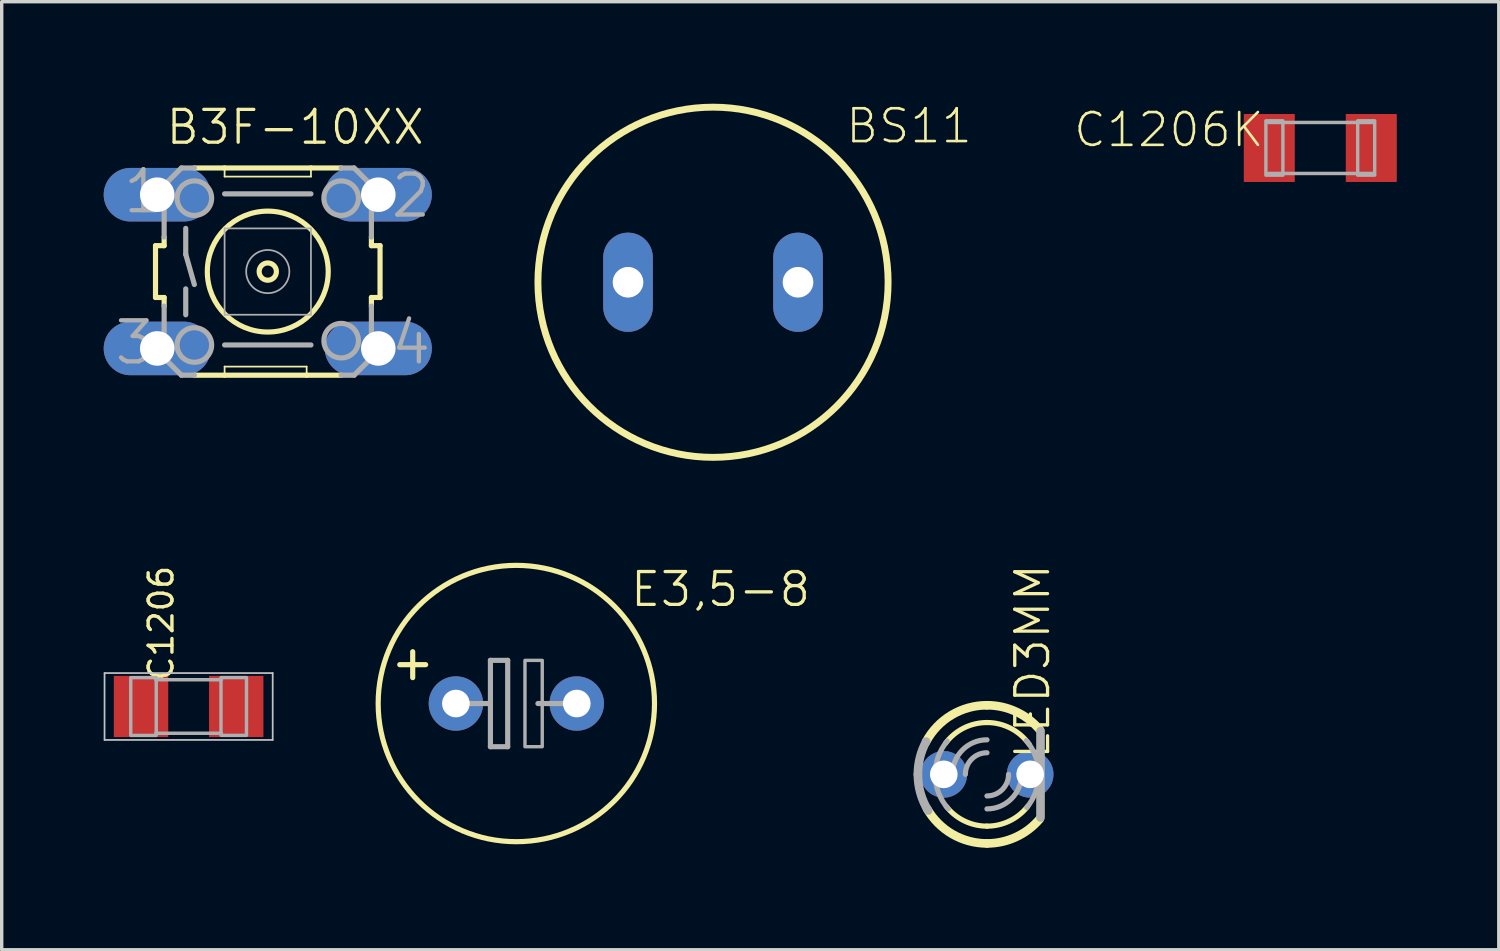
<source format=kicad_pcb>
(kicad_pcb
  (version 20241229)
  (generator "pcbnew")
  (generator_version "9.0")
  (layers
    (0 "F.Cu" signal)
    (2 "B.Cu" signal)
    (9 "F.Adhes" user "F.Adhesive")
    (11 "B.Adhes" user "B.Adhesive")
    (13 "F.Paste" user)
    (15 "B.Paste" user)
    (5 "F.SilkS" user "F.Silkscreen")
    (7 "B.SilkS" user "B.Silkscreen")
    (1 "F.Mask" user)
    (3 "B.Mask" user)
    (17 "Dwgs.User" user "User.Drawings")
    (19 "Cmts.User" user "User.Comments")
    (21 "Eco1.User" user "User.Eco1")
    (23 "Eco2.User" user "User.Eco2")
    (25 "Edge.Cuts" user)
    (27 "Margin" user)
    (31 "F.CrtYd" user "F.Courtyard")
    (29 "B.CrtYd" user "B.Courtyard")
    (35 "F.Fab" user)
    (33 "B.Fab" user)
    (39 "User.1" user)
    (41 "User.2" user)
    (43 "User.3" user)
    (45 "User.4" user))
  (footprint "LED3MM"
    (layer "F.Cu")
    (at 25.98 19.726)
    (property "Reference" "LED3MM" (at 1.905 -0.381 270) (layer "F.SilkS") (effects (font (size 0.965 0.965) (thickness 0.097)) (justify left bottom)))
    (attr through_hole)
    (fp_arc (start -1.7929 -0.9562) (mid -1.045438 -1.7424) (end 0 -2.032) (stroke (width 0.254) (type solid)) (layer "F.SilkS"))
    (fp_arc (start -1.2192 -0.9144) (mid -0.681554 -1.363107) (end 0 -1.524) (stroke (width 0.1524) (type solid)) (layer "F.SilkS"))
    (fp_arc (start 0 -2.032) (mid 0.861864 -1.840173) (end 1.561 -1.3009) (stroke (width 0.254) (type solid)) (layer "F.SilkS"))
    (fp_arc (start 0 -1.524) (mid 0.697339 -1.355082) (end 1.2401 -0.885801) (stroke (width 0.1524) (type solid)) (layer "F.SilkS"))
    (fp_arc (start 0 1.524) (mid -0.669593 1.369018) (end -1.203 0.9356) (stroke (width 0.1524) (type solid)) (layer "F.SilkS"))
    (fp_arc (start 0 2.032) (mid -1.019924 1.757525) (end -1.7643 1.0082) (stroke (width 0.254) (type solid)) (layer "F.SilkS"))
    (fp_arc (start 1.203 0.9356) (mid 0.669593 1.369018) (end 0 1.524) (stroke (width 0.1524) (type solid)) (layer "F.SilkS"))
    (fp_arc (start 1.5512 1.3126) (mid 0.854953 1.843405) (end 0 2.032) (stroke (width 0.254) (type solid)) (layer "F.SilkS"))
    (fp_line (start 1.575 1.27) (end 1.575 -1.27) (stroke (width 0.254) (type solid)) (layer "F.Fab"))
    (fp_arc (start -2.032 0) (mid -1.970339 -0.496775) (end -1.7891 -0.9634) (stroke (width 0.254) (type solid)) (layer "F.Fab"))
    (fp_arc (start -1.7306 1.065) (mid -1.95521 0.553417) (end -2.032 0) (stroke (width 0.254) (type solid)) (layer "F.Fab"))
    (fp_arc (start -1.524 0) (mid -1.432981 -0.518783) (end -1.1708 -0.9756) (stroke (width 0.1524) (type solid)) (layer "F.Fab"))
    (fp_arc (start -1.1391 1.0125) (mid -1.42454 0.5416) (end -1.524 0) (stroke (width 0.1524) (type solid)) (layer "F.Fab"))
    (fp_arc (start -1.016 0) (mid -0.71842 -0.71842) (end 0 -1.016) (stroke (width 0.1524) (type solid)) (layer "F.Fab"))
    (fp_arc (start -0.635 0) (mid -0.449013 -0.449013) (end 0 -0.635) (stroke (width 0.1524) (type solid)) (layer "F.Fab"))
    (fp_arc (start 0.635 0) (mid 0.449013 0.449013) (end 0 0.635) (stroke (width 0.1524) (type solid)) (layer "F.Fab"))
    (fp_arc (start 1.016 0) (mid 0.71842 0.71842) (end 0 1.016) (stroke (width 0.1524) (type solid)) (layer "F.Fab"))
    (fp_arc (start 1.1571 -0.9918) (mid 1.429332 -0.528744) (end 1.524 0) (stroke (width 0.1524) (type solid)) (layer "F.Fab"))
    (fp_arc (start 1.524 0) (mid 1.432981 0.518783) (end 1.1708 0.9756) (stroke (width 0.1524) (type solid)) (layer "F.Fab"))
    (pad "A" thru_hole circle (at -1.27 0) (size 1.372 1.372) (drill 0.813) (layers "*.Cu" "*.Mask"))
    (pad "K" thru_hole circle (at 1.27 0) (size 1.372 1.372) (drill 0.813) (layers "*.Cu" "*.Mask")))
  (footprint "C1206K"
    (layer "F.Cu")
    (at 35.784 1.303)
    (property "Reference" "C1206K" (at -1.6 -1.1 180) (layer "F.SilkS") (effects (font (size 0.965 0.965) (thickness 0.077)) (justify right top)))
    (attr through_hole)
    (fp_line (start -1.525 -0.75) (end 1.525 -0.75) (stroke (width 0.102) (type solid)) (layer "F.Fab"))
    (fp_line (start 1.525 0.75) (end -1.525 0.75) (stroke (width 0.102) (type solid)) (layer "F.Fab"))
    (fp_poly (pts (xy -1.6 0.8) (xy -1.1 0.8) (xy -1.1 -0.8) (xy -1.6 -0.8)) (stroke (width 0.1) (type solid)) (fill no) (layer "F.Fab"))
    (fp_poly (pts (xy 1.1 0.8) (xy 1.6 0.8) (xy 1.6 -0.8) (xy 1.1 -0.8)) (stroke (width 0.1) (type solid)) (fill no) (layer "F.Fab"))
    (pad "1" smd rect (at -1.5 0) (size 1.5 2) (layers "F.Cu" "F.Mask" "F.Paste"))
    (pad "2" smd rect (at 1.5 0) (size 1.5 2) (layers "F.Cu" "F.Mask" "F.Paste")))
  (footprint "C1206"
    (layer "F.Cu")
    (at 2.498 17.73)
    (property "Reference" "C1206" (at -0.4 -0.7 90) (layer "F.SilkS") (effects (font (size 0.7 0.7) (thickness 0.1)) (justify left bottom)))
    (attr through_hole)
    (fp_line (start -2.473 -0.983) (end 2.473 -0.983) (stroke (width 0.051) (type solid)) (layer "Dwgs.User"))
    (fp_line (start -2.473 0.983) (end -2.473 -0.983) (stroke (width 0.051) (type solid)) (layer "Dwgs.User"))
    (fp_line (start 2.473 -0.983) (end 2.473 0.983) (stroke (width 0.051) (type solid)) (layer "Dwgs.User"))
    (fp_line (start 2.473 0.983) (end -2.473 0.983) (stroke (width 0.051) (type solid)) (layer "Dwgs.User"))
    (fp_line (start -0.965 -0.787) (end 0.965 -0.787) (stroke (width 0.102) (type solid)) (layer "F.Fab"))
    (fp_line (start -0.965 0.787) (end 0.965 0.787) (stroke (width 0.102) (type solid)) (layer "F.Fab"))
    (fp_poly (pts (xy -1.702 0.851) (xy -0.952 0.851) (xy -0.952 -0.849) (xy -1.702 -0.849)) (stroke (width 0.1) (type solid)) (fill no) (layer "F.Fab"))
    (fp_poly (pts (xy 0.952 0.849) (xy 1.702 0.849) (xy 1.702 -0.851) (xy 0.952 -0.851)) (stroke (width 0.1) (type solid)) (fill no) (layer "F.Fab"))
    (pad "1" smd rect (at -1.4 0) (size 1.6 1.8) (layers "F.Cu" "F.Mask" "F.Paste"))
    (pad "2" smd rect (at 1.4 0) (size 1.6 1.8) (layers "F.Cu" "F.Mask" "F.Paste")))
  (footprint "B3F-10XX"
    (layer "F.Cu")
    (at 4.826 4.938)
    (property "Reference" "B3F-10XX" (at -3.048 -3.683 180) (layer "F.SilkS") (effects (font (size 0.965 0.965) (thickness 0.097)) (justify left bottom)))
    (attr through_hole)
    (fp_line (start -3.302 -0.762) (end -3.302 0.762) (stroke (width 0.152) (type solid)) (layer "F.SilkS"))
    (fp_line (start -3.302 -0.762) (end -3.048 -0.762) (stroke (width 0.152) (type solid)) (layer "F.SilkS"))
    (fp_line (start -3.048 -0.762) (end -3.048 -1.016) (stroke (width 0.152) (type solid)) (layer "F.SilkS"))
    (fp_line (start -3.048 0.762) (end -3.302 0.762) (stroke (width 0.152) (type solid)) (layer "F.SilkS"))
    (fp_line (start -3.048 0.762) (end -3.048 1.016) (stroke (width 0.152) (type solid)) (layer "F.SilkS"))
    (fp_line (start -2.159 3.048) (end -1.27 3.048) (stroke (width 0.152) (type solid)) (layer "F.SilkS"))
    (fp_line (start -1.27 -3.048) (end -2.159 -3.048) (stroke (width 0.152) (type solid)) (layer "F.SilkS"))
    (fp_line (start -1.27 -3.048) (end -1.27 -2.794) (stroke (width 0.051) (type solid)) (layer "F.SilkS"))
    (fp_line (start -1.27 2.794) (end -1.27 3.048) (stroke (width 0.051) (type solid)) (layer "F.SilkS"))
    (fp_line (start -1.27 3.048) (end 1.143 3.048) (stroke (width 0.152) (type solid)) (layer "F.SilkS"))
    (fp_line (start 1.143 2.794) (end -1.27 2.794) (stroke (width 0.051) (type solid)) (layer "F.SilkS"))
    (fp_line (start 1.143 2.794) (end 1.143 3.048) (stroke (width 0.051) (type solid)) (layer "F.SilkS"))
    (fp_line (start 1.143 3.048) (end 2.159 3.048) (stroke (width 0.152) (type solid)) (layer "F.SilkS"))
    (fp_line (start 1.27 -3.048) (end -1.27 -3.048) (stroke (width 0.152) (type solid)) (layer "F.SilkS"))
    (fp_line (start 1.27 -2.794) (end -1.27 -2.794) (stroke (width 0.051) (type solid)) (layer "F.SilkS"))
    (fp_line (start 1.27 -2.794) (end 1.27 -3.048) (stroke (width 0.051) (type solid)) (layer "F.SilkS"))
    (fp_line (start 2.159 -3.048) (end 1.27 -3.048) (stroke (width 0.152) (type solid)) (layer "F.SilkS"))
    (fp_line (start 3.048 -0.762) (end 3.048 -1.016) (stroke (width 0.152) (type solid)) (layer "F.SilkS"))
    (fp_line (start 3.048 -0.762) (end 3.302 -0.762) (stroke (width 0.152) (type solid)) (layer "F.SilkS"))
    (fp_line (start 3.048 0.762) (end 3.048 1.016) (stroke (width 0.152) (type solid)) (layer "F.SilkS"))
    (fp_line (start 3.302 0.762) (end 3.048 0.762) (stroke (width 0.152) (type solid)) (layer "F.SilkS"))
    (fp_line (start 3.302 0.762) (end 3.302 -0.762) (stroke (width 0.152) (type solid)) (layer "F.SilkS"))
    (fp_circle (center 0 0) (end 0.254 0) (stroke (width 0.152) (type solid)) (fill no) (layer "F.SilkS"))
    (fp_circle (center 0 0) (end 1.778 0) (stroke (width 0.152) (type solid)) (fill no) (layer "F.SilkS"))
    (fp_line (start -3.048 -2.54) (end -3.048 -1.016) (stroke (width 0.152) (type solid)) (layer "F.Fab"))
    (fp_line (start -3.048 2.54) (end -3.048 1.016) (stroke (width 0.152) (type solid)) (layer "F.Fab"))
    (fp_line (start -2.54 -3.048) (end -3.048 -2.54) (stroke (width 0.152) (type solid)) (layer "F.Fab"))
    (fp_line (start -2.54 -3.048) (end -2.159 -3.048) (stroke (width 0.152) (type solid)) (layer "F.Fab"))
    (fp_line (start -2.54 3.048) (end -3.048 2.54) (stroke (width 0.152) (type solid)) (layer "F.Fab"))
    (fp_line (start -2.54 3.048) (end -2.159 3.048) (stroke (width 0.152) (type solid)) (layer "F.Fab"))
    (fp_line (start -2.413 -1.27) (end -2.413 -0.508) (stroke (width 0.152) (type solid)) (layer "F.Fab"))
    (fp_line (start -2.413 -0.508) (end -2.159 0.381) (stroke (width 0.152) (type solid)) (layer "F.Fab"))
    (fp_line (start -2.413 0.508) (end -2.413 1.27) (stroke (width 0.152) (type solid)) (layer "F.Fab"))
    (fp_line (start -1.27 -1.27) (end -1.27 1.27) (stroke (width 0.051) (type solid)) (layer "F.Fab"))
    (fp_line (start -1.27 -1.27) (end 1.27 -1.27) (stroke (width 0.051) (type solid)) (layer "F.Fab"))
    (fp_line (start -1.27 2.159) (end 1.27 2.159) (stroke (width 0.152) (type solid)) (layer "F.Fab"))
    (fp_line (start 1.27 -2.286) (end -1.27 -2.286) (stroke (width 0.152) (type solid)) (layer "F.Fab"))
    (fp_line (start 1.27 1.27) (end -1.27 1.27) (stroke (width 0.051) (type solid)) (layer "F.Fab"))
    (fp_line (start 1.27 1.27) (end 1.27 -1.27) (stroke (width 0.051) (type solid)) (layer "F.Fab"))
    (fp_line (start 2.54 -3.048) (end 2.159 -3.048) (stroke (width 0.152) (type solid)) (layer "F.Fab"))
    (fp_line (start 2.54 3.048) (end 2.159 3.048) (stroke (width 0.152) (type solid)) (layer "F.Fab"))
    (fp_line (start 2.54 3.048) (end 3.048 2.54) (stroke (width 0.152) (type solid)) (layer "F.Fab"))
    (fp_line (start 3.048 -2.54) (end 2.54 -3.048) (stroke (width 0.152) (type solid)) (layer "F.Fab"))
    (fp_line (start 3.048 -1.016) (end 3.048 -2.54) (stroke (width 0.152) (type solid)) (layer "F.Fab"))
    (fp_line (start 3.048 2.54) (end 3.048 1.016) (stroke (width 0.152) (type solid)) (layer "F.Fab"))
    (fp_circle (center -2.159 -2.159) (end -1.651 -2.159) (stroke (width 0.152) (type solid)) (fill no) (layer "F.Fab"))
    (fp_circle (center -2.159 2.159) (end -1.651 2.159) (stroke (width 0.152) (type solid)) (fill no) (layer "F.Fab"))
    (fp_circle (center 0 0) (end 0.635 0) (stroke (width 0.051) (type solid)) (fill no) (layer "F.Fab"))
    (fp_circle (center 2.159 -2.159) (end 2.667 -2.159) (stroke (width 0.152) (type solid)) (fill no) (layer "F.Fab"))
    (fp_circle (center 2.159 2.032) (end 2.667 2.032) (stroke (width 0.152) (type solid)) (fill no) (layer "F.Fab"))
    (fp_text user "1" (at -4.318 -1.651 0) (layer "F.Fab") (effects (font (size 1.206 1.206) (thickness 0.127)) (justify left bottom)))
    (fp_text user "3" (at -4.572 2.794 0) (layer "F.Fab") (effects (font (size 1.206 1.206) (thickness 0.127)) (justify left bottom)))
    (fp_text user "2" (at 3.556 -1.524 0) (layer "F.Fab") (effects (font (size 1.206 1.206) (thickness 0.127)) (justify left bottom)))
    (fp_text user "4" (at 3.556 2.794 0) (layer "F.Fab") (effects (font (size 1.206 1.206) (thickness 0.127)) (justify left bottom)))
    (pad "1" thru_hole oval (at -3.251 -2.261) (size 3.15 1.575) (drill 1.016) (layers "*.Cu" "*.Mask"))
    (pad "2" thru_hole oval (at 3.251 -2.261) (size 3.15 1.575) (drill 1.016) (layers "*.Cu" "*.Mask"))
    (pad "3" thru_hole oval (at -3.251 2.261) (size 3.15 1.575) (drill 1.016) (layers "*.Cu" "*.Mask"))
    (pad "4" thru_hole oval (at 3.251 2.261) (size 3.15 1.575) (drill 1.016) (layers "*.Cu" "*.Mask")))
  (footprint "BS11"
    (layer "F.Cu")
    (at 17.922 5.252)
    (property "Reference" "BS11" (at 3.854 -4.032 180) (layer "F.SilkS") (effects (font (size 0.965 0.965) (thickness 0.077)) (justify left bottom)))
    (attr through_hole)
    (fp_circle (center 0 0) (end 5.15 0) (stroke (width 0.203) (type solid)) (fill no) (layer "F.SilkS"))
    (pad "1" thru_hole oval (at -2.5 0 90) (size 2.918 1.459) (drill 0.9) (layers "*.Cu" "*.Mask"))
    (pad "2" thru_hole oval (at 2.5 0 90) (size 2.918 1.459) (drill 0.9) (layers "*.Cu" "*.Mask")))
  (footprint "E3,5-8"
    (layer "F.Cu")
    (at 12.137 17.643)
    (property "Reference" "E3,5-8" (at 3.302 -2.794 180) (layer "F.SilkS") (effects (font (size 0.965 0.965) (thickness 0.097)) (justify left bottom)))
    (attr through_hole)
    (fp_line (start -3.429 -1.143) (end -2.667 -1.143) (stroke (width 0.152) (type solid)) (layer "F.SilkS"))
    (fp_line (start -3.048 -0.762) (end -3.048 -1.524) (stroke (width 0.152) (type solid)) (layer "F.SilkS"))
    (fp_circle (center 0 0) (end 4.064 0) (stroke (width 0.152) (type solid)) (fill no) (layer "F.SilkS"))
    (fp_line (start -1.651 0) (end -0.762 0) (stroke (width 0.152) (type solid)) (layer "F.Fab"))
    (fp_line (start -0.762 -1.27) (end -0.762 0) (stroke (width 0.152) (type solid)) (layer "F.Fab"))
    (fp_line (start -0.762 0) (end -0.762 1.27) (stroke (width 0.152) (type solid)) (layer "F.Fab"))
    (fp_line (start -0.762 1.27) (end -0.254 1.27) (stroke (width 0.152) (type solid)) (layer "F.Fab"))
    (fp_line (start -0.254 -1.27) (end -0.762 -1.27) (stroke (width 0.152) (type solid)) (layer "F.Fab"))
    (fp_line (start -0.254 1.27) (end -0.254 -1.27) (stroke (width 0.152) (type solid)) (layer "F.Fab"))
    (fp_line (start 0.635 0) (end 1.651 0) (stroke (width 0.152) (type solid)) (layer "F.Fab"))
    (fp_poly (pts (xy 0.254 1.27) (xy 0.762 1.27) (xy 0.762 -1.27) (xy 0.254 -1.27)) (stroke (width 0.1) (type solid)) (fill no) (layer "F.Fab"))
    (pad "+" thru_hole circle (at -1.778 0) (size 1.6 1.6) (drill 0.813) (layers "*.Cu" "*.Mask"))
    (pad "-" thru_hole circle (at 1.778 0) (size 1.6 1.6) (drill 0.813) (layers "*.Cu" "*.Mask")))
  (gr_rect
    (start -3 -3)
    (end 41.034 24.885)
    (stroke (width 0.1) (type default))
    (fill no)
    (layer "Edge.Cuts")))
</source>
